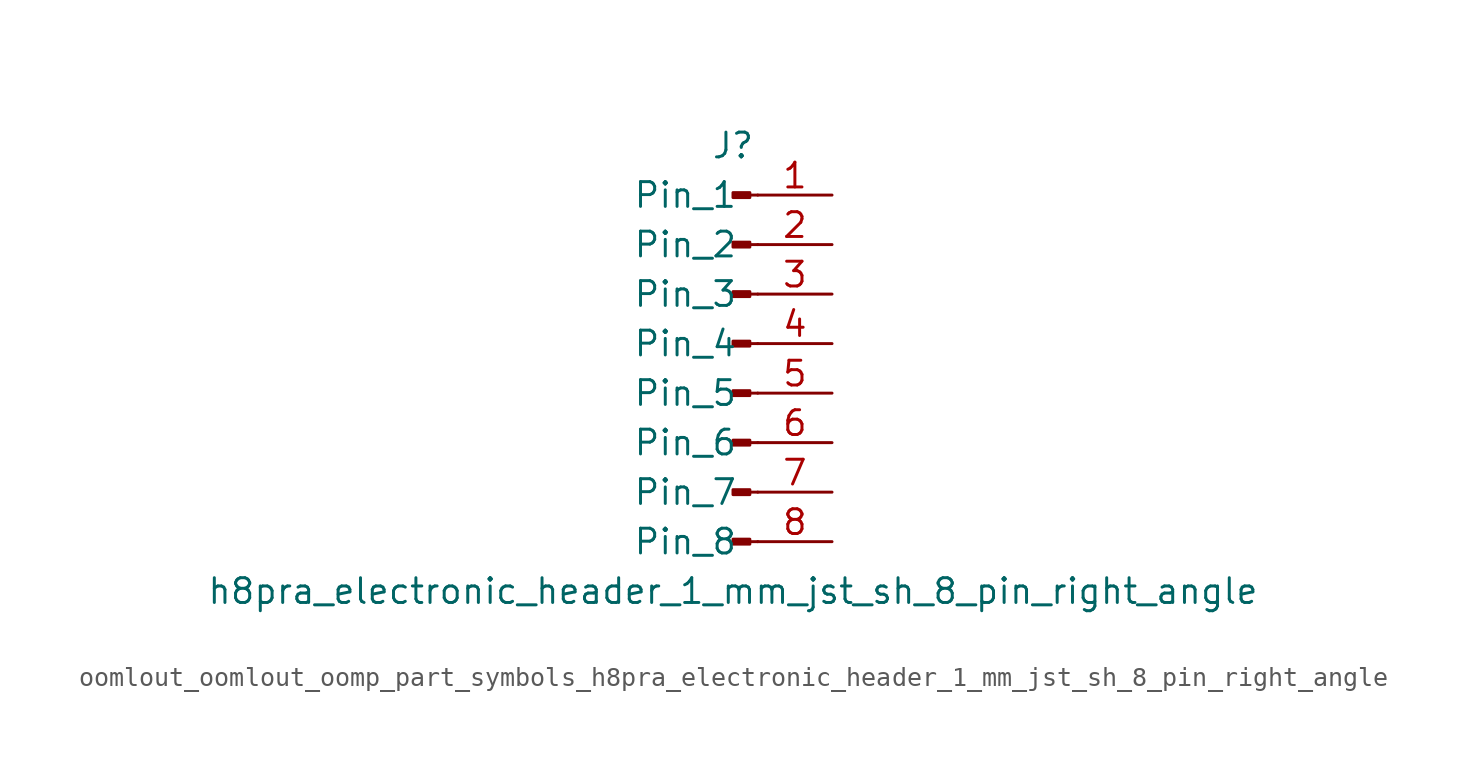
<source format=kicad_sym>
(kicad_symbol_lib
  (version 20220914)
  (generator kicad_symbol_editor)
  (symbol "oomlout_oomlout_oomp_part_symbols_h8pra_electronic_header_1_mm_jst_sh_8_pin_right_angle"
    (pin_names
      (offset 1.016))
    (property "Reference" "J"
      (at 0 10.16 0)
      (effects (font (size 1.27 1.27))))
    (property "Value" "h8pra_electronic_header_1_mm_jst_sh_8_pin_right_angle"
      (at 0 -12.7 0)
      (effects (font (size 1.27 1.27))))
    (property "ki_locked" ""
      (at 0 0 0)
      (effects (font (size 1.27 1.27))))
    (symbol "oomlout_oomlout_oomp_part_symbols_h8pra_electronic_header_1_mm_jst_sh_8_pin_right_angle_1_1"
      (polyline (pts (xy 1.27 -10.16) (xy 0.864 -10.16)) (stroke (width 0.152) (type default)) (fill (type none)))
      (polyline (pts (xy 1.27 -7.62) (xy 0.864 -7.62)) (stroke (width 0.152) (type default)) (fill (type none)))
      (polyline (pts (xy 1.27 -5.08) (xy 0.864 -5.08)) (stroke (width 0.152) (type default)) (fill (type none)))
      (polyline (pts (xy 1.27 -2.54) (xy 0.864 -2.54)) (stroke (width 0.152) (type default)) (fill (type none)))
      (polyline (pts (xy 1.27 0) (xy 0.864 0)) (stroke (width 0.152) (type default)) (fill (type none)))
      (polyline (pts (xy 1.27 2.54) (xy 0.864 2.54)) (stroke (width 0.152) (type default)) (fill (type none)))
      (polyline (pts (xy 1.27 5.08) (xy 0.864 5.08)) (stroke (width 0.152) (type default)) (fill (type none)))
      (polyline (pts (xy 1.27 7.62) (xy 0.864 7.62)) (stroke (width 0.152) (type default)) (fill (type none)))
      (rectangle (start 0.864 -10.033) (end 0 -10.287) (stroke (width 0.152) (type default)) (fill (type outline)))
      (rectangle (start 0.864 -7.493) (end 0 -7.747) (stroke (width 0.152) (type default)) (fill (type outline)))
      (rectangle (start 0.864 -4.953) (end 0 -5.207) (stroke (width 0.152) (type default)) (fill (type outline)))
      (rectangle (start 0.864 -2.413) (end 0 -2.667) (stroke (width 0.152) (type default)) (fill (type outline)))
      (rectangle (start 0.864 0.127) (end 0 -0.127) (stroke (width 0.152) (type default)) (fill (type outline)))
      (rectangle (start 0.864 2.667) (end 0 2.413) (stroke (width 0.152) (type default)) (fill (type outline)))
      (rectangle (start 0.864 5.207) (end 0 4.953) (stroke (width 0.152) (type default)) (fill (type outline)))
      (rectangle (start 0.864 7.747) (end 0 7.493) (stroke (width 0.152) (type default)) (fill (type outline)))
      (pin passive line (at 5.08 7.62 180) (length 3.81) (name "Pin_1" (effects (font (size 1.27 1.27)))) (number "1" (effects (font (size 1.27 1.27)))))
      (pin passive line (at 5.08 5.08 180) (length 3.81) (name "Pin_2" (effects (font (size 1.27 1.27)))) (number "2" (effects (font (size 1.27 1.27)))))
      (pin passive line (at 5.08 2.54 180) (length 3.81) (name "Pin_3" (effects (font (size 1.27 1.27)))) (number "3" (effects (font (size 1.27 1.27)))))
      (pin passive line (at 5.08 0 180) (length 3.81) (name "Pin_4" (effects (font (size 1.27 1.27)))) (number "4" (effects (font (size 1.27 1.27)))))
      (pin passive line (at 5.08 -2.54 180) (length 3.81) (name "Pin_5" (effects (font (size 1.27 1.27)))) (number "5" (effects (font (size 1.27 1.27)))))
      (pin passive line (at 5.08 -5.08 180) (length 3.81) (name "Pin_6" (effects (font (size 1.27 1.27)))) (number "6" (effects (font (size 1.27 1.27)))))
      (pin passive line (at 5.08 -7.62 180) (length 3.81) (name "Pin_7" (effects (font (size 1.27 1.27)))) (number "7" (effects (font (size 1.27 1.27)))))
      (pin passive line (at 5.08 -10.16 180) (length 3.81) (name "Pin_8" (effects (font (size 1.27 1.27)))) (number "8" (effects (font (size 1.27 1.27))))))))
</source>
